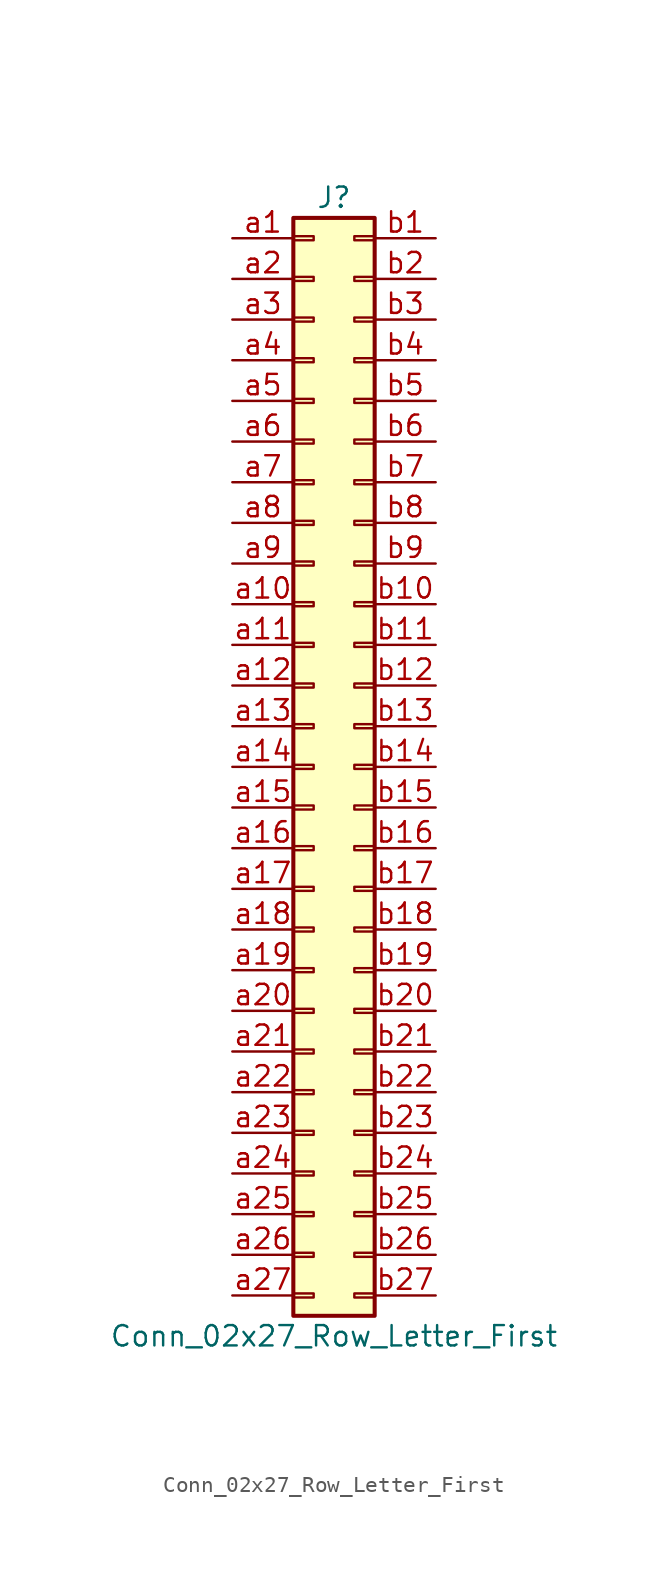
<source format=kicad_sym>
(kicad_symbol_lib
  (version 20201005)
  (generator kicad_symbol_editor)
  (symbol "Connector_Generic:Conn_02x27_Row_Letter_First"
    (pin_names
      (offset 1.016) hide)
    (property "Reference" "J"
      (at 1.27 35.56 0)
      (effects (font (size 1.27 1.27))))
    (property "Value" "Conn_02x27_Row_Letter_First"
      (at 1.27 -35.56 0)
      (effects (font (size 1.27 1.27))))
    (symbol "Conn_02x27_Row_Letter_First_1_1"
      (rectangle (start -1.27 -27.813) (end 0 -28.067) (stroke (width 0.152)) (fill (type none)))
      (rectangle (start -1.27 -30.353) (end 0 -30.607) (stroke (width 0.152)) (fill (type none)))
      (rectangle (start -1.27 -32.893) (end 0 -33.147) (stroke (width 0.152)) (fill (type none)))
      (rectangle (start -1.27 -4.953) (end 0 -5.207) (stroke (width 0.152)) (fill (type none)))
      (rectangle (start -1.27 -7.493) (end 0 -7.747) (stroke (width 0.152)) (fill (type none)))
      (rectangle (start -1.27 -10.033) (end 0 -10.287) (stroke (width 0.152)) (fill (type none)))
      (rectangle (start -1.27 -12.573) (end 0 -12.827) (stroke (width 0.152)) (fill (type none)))
      (rectangle (start -1.27 -15.113) (end 0 -15.367) (stroke (width 0.152)) (fill (type none)))
      (rectangle (start -1.27 -17.653) (end 0 -17.907) (stroke (width 0.152)) (fill (type none)))
      (rectangle (start -1.27 -20.193) (end 0 -20.447) (stroke (width 0.152)) (fill (type none)))
      (rectangle (start -1.27 -22.733) (end 0 -22.987) (stroke (width 0.152)) (fill (type none)))
      (rectangle (start -1.27 -2.413) (end 0 -2.667) (stroke (width 0.152)) (fill (type none)))
      (rectangle (start -1.27 -25.273) (end 0 -25.527) (stroke (width 0.152)) (fill (type none)))
      (rectangle (start -1.27 25.527) (end 0 25.273) (stroke (width 0.152)) (fill (type none)))
      (rectangle (start -1.27 2.667) (end 0 2.413) (stroke (width 0.152)) (fill (type none)))
      (rectangle (start -1.27 28.067) (end 0 27.813) (stroke (width 0.152)) (fill (type none)))
      (rectangle (start -1.27 30.607) (end 0 30.353) (stroke (width 0.152)) (fill (type none)))
      (rectangle (start -1.27 33.147) (end 0 32.893) (stroke (width 0.152)) (fill (type none)))
      (rectangle (start -1.27 34.29) (end 3.81 -34.29) (stroke (width 0.254)) (fill (type background)))
      (rectangle (start -1.27 5.207) (end 0 4.953) (stroke (width 0.152)) (fill (type none)))
      (rectangle (start -1.27 7.747) (end 0 7.493) (stroke (width 0.152)) (fill (type none)))
      (rectangle (start -1.27 10.287) (end 0 10.033) (stroke (width 0.152)) (fill (type none)))
      (rectangle (start -1.27 0.127) (end 0 -0.127) (stroke (width 0.152)) (fill (type none)))
      (rectangle (start -1.27 12.827) (end 0 12.573) (stroke (width 0.152)) (fill (type none)))
      (rectangle (start -1.27 15.367) (end 0 15.113) (stroke (width 0.152)) (fill (type none)))
      (rectangle (start -1.27 17.907) (end 0 17.653) (stroke (width 0.152)) (fill (type none)))
      (rectangle (start -1.27 20.447) (end 0 20.193) (stroke (width 0.152)) (fill (type none)))
      (rectangle (start -1.27 22.987) (end 0 22.733) (stroke (width 0.152)) (fill (type none)))
      (rectangle (start 3.81 -27.813) (end 2.54 -28.067) (stroke (width 0.152)) (fill (type none)))
      (rectangle (start 3.81 -30.353) (end 2.54 -30.607) (stroke (width 0.152)) (fill (type none)))
      (rectangle (start 3.81 -32.893) (end 2.54 -33.147) (stroke (width 0.152)) (fill (type none)))
      (rectangle (start 3.81 -4.953) (end 2.54 -5.207) (stroke (width 0.152)) (fill (type none)))
      (rectangle (start 3.81 -7.493) (end 2.54 -7.747) (stroke (width 0.152)) (fill (type none)))
      (rectangle (start 3.81 -10.033) (end 2.54 -10.287) (stroke (width 0.152)) (fill (type none)))
      (rectangle (start 3.81 -12.573) (end 2.54 -12.827) (stroke (width 0.152)) (fill (type none)))
      (rectangle (start 3.81 -15.113) (end 2.54 -15.367) (stroke (width 0.152)) (fill (type none)))
      (rectangle (start 3.81 -17.653) (end 2.54 -17.907) (stroke (width 0.152)) (fill (type none)))
      (rectangle (start 3.81 -20.193) (end 2.54 -20.447) (stroke (width 0.152)) (fill (type none)))
      (rectangle (start 3.81 -22.733) (end 2.54 -22.987) (stroke (width 0.152)) (fill (type none)))
      (rectangle (start 3.81 -2.413) (end 2.54 -2.667) (stroke (width 0.152)) (fill (type none)))
      (rectangle (start 3.81 -25.273) (end 2.54 -25.527) (stroke (width 0.152)) (fill (type none)))
      (rectangle (start 3.81 25.527) (end 2.54 25.273) (stroke (width 0.152)) (fill (type none)))
      (rectangle (start 3.81 2.667) (end 2.54 2.413) (stroke (width 0.152)) (fill (type none)))
      (rectangle (start 3.81 28.067) (end 2.54 27.813) (stroke (width 0.152)) (fill (type none)))
      (rectangle (start 3.81 30.607) (end 2.54 30.353) (stroke (width 0.152)) (fill (type none)))
      (rectangle (start 3.81 33.147) (end 2.54 32.893) (stroke (width 0.152)) (fill (type none)))
      (rectangle (start 3.81 5.207) (end 2.54 4.953) (stroke (width 0.152)) (fill (type none)))
      (rectangle (start 3.81 7.747) (end 2.54 7.493) (stroke (width 0.152)) (fill (type none)))
      (rectangle (start 3.81 10.287) (end 2.54 10.033) (stroke (width 0.152)) (fill (type none)))
      (rectangle (start 3.81 0.127) (end 2.54 -0.127) (stroke (width 0.152)) (fill (type none)))
      (rectangle (start 3.81 12.827) (end 2.54 12.573) (stroke (width 0.152)) (fill (type none)))
      (rectangle (start 3.81 15.367) (end 2.54 15.113) (stroke (width 0.152)) (fill (type none)))
      (rectangle (start 3.81 17.907) (end 2.54 17.653) (stroke (width 0.152)) (fill (type none)))
      (rectangle (start 3.81 20.447) (end 2.54 20.193) (stroke (width 0.152)) (fill (type none)))
      (rectangle (start 3.81 22.987) (end 2.54 22.733) (stroke (width 0.152)) (fill (type none)))
      (pin passive line (at -5.08 33.02 0) (length 3.81) (name "Pin_a1" (effects (font (size 1.27 1.27)))) (number "a1" (effects (font (size 1.27 1.27)))))
      (pin passive line (at -5.08 10.16 0) (length 3.81) (name "Pin_a10" (effects (font (size 1.27 1.27)))) (number "a10" (effects (font (size 1.27 1.27)))))
      (pin passive line (at -5.08 7.62 0) (length 3.81) (name "Pin_a11" (effects (font (size 1.27 1.27)))) (number "a11" (effects (font (size 1.27 1.27)))))
      (pin passive line (at -5.08 5.08 0) (length 3.81) (name "Pin_a12" (effects (font (size 1.27 1.27)))) (number "a12" (effects (font (size 1.27 1.27)))))
      (pin passive line (at -5.08 2.54 0) (length 3.81) (name "Pin_a13" (effects (font (size 1.27 1.27)))) (number "a13" (effects (font (size 1.27 1.27)))))
      (pin passive line (at -5.08 0 0) (length 3.81) (name "Pin_a14" (effects (font (size 1.27 1.27)))) (number "a14" (effects (font (size 1.27 1.27)))))
      (pin passive line (at -5.08 -2.54 0) (length 3.81) (name "Pin_a15" (effects (font (size 1.27 1.27)))) (number "a15" (effects (font (size 1.27 1.27)))))
      (pin passive line (at -5.08 -5.08 0) (length 3.81) (name "Pin_a16" (effects (font (size 1.27 1.27)))) (number "a16" (effects (font (size 1.27 1.27)))))
      (pin passive line (at -5.08 -7.62 0) (length 3.81) (name "Pin_a17" (effects (font (size 1.27 1.27)))) (number "a17" (effects (font (size 1.27 1.27)))))
      (pin passive line (at -5.08 -10.16 0) (length 3.81) (name "Pin_a18" (effects (font (size 1.27 1.27)))) (number "a18" (effects (font (size 1.27 1.27)))))
      (pin passive line (at -5.08 -12.7 0) (length 3.81) (name "Pin_a19" (effects (font (size 1.27 1.27)))) (number "a19" (effects (font (size 1.27 1.27)))))
      (pin passive line (at -5.08 30.48 0) (length 3.81) (name "Pin_a2" (effects (font (size 1.27 1.27)))) (number "a2" (effects (font (size 1.27 1.27)))))
      (pin passive line (at -5.08 -15.24 0) (length 3.81) (name "Pin_a20" (effects (font (size 1.27 1.27)))) (number "a20" (effects (font (size 1.27 1.27)))))
      (pin passive line (at -5.08 -17.78 0) (length 3.81) (name "Pin_a21" (effects (font (size 1.27 1.27)))) (number "a21" (effects (font (size 1.27 1.27)))))
      (pin passive line (at -5.08 -20.32 0) (length 3.81) (name "Pin_a22" (effects (font (size 1.27 1.27)))) (number "a22" (effects (font (size 1.27 1.27)))))
      (pin passive line (at -5.08 -22.86 0) (length 3.81) (name "Pin_a23" (effects (font (size 1.27 1.27)))) (number "a23" (effects (font (size 1.27 1.27)))))
      (pin passive line (at -5.08 -25.4 0) (length 3.81) (name "Pin_a24" (effects (font (size 1.27 1.27)))) (number "a24" (effects (font (size 1.27 1.27)))))
      (pin passive line (at -5.08 -27.94 0) (length 3.81) (name "Pin_a25" (effects (font (size 1.27 1.27)))) (number "a25" (effects (font (size 1.27 1.27)))))
      (pin passive line (at -5.08 -30.48 0) (length 3.81) (name "Pin_a26" (effects (font (size 1.27 1.27)))) (number "a26" (effects (font (size 1.27 1.27)))))
      (pin passive line (at -5.08 -33.02 0) (length 3.81) (name "Pin_a27" (effects (font (size 1.27 1.27)))) (number "a27" (effects (font (size 1.27 1.27)))))
      (pin passive line (at -5.08 27.94 0) (length 3.81) (name "Pin_a3" (effects (font (size 1.27 1.27)))) (number "a3" (effects (font (size 1.27 1.27)))))
      (pin passive line (at -5.08 25.4 0) (length 3.81) (name "Pin_a4" (effects (font (size 1.27 1.27)))) (number "a4" (effects (font (size 1.27 1.27)))))
      (pin passive line (at -5.08 22.86 0) (length 3.81) (name "Pin_a5" (effects (font (size 1.27 1.27)))) (number "a5" (effects (font (size 1.27 1.27)))))
      (pin passive line (at -5.08 20.32 0) (length 3.81) (name "Pin_a6" (effects (font (size 1.27 1.27)))) (number "a6" (effects (font (size 1.27 1.27)))))
      (pin passive line (at -5.08 17.78 0) (length 3.81) (name "Pin_a7" (effects (font (size 1.27 1.27)))) (number "a7" (effects (font (size 1.27 1.27)))))
      (pin passive line (at -5.08 15.24 0) (length 3.81) (name "Pin_a8" (effects (font (size 1.27 1.27)))) (number "a8" (effects (font (size 1.27 1.27)))))
      (pin passive line (at -5.08 12.7 0) (length 3.81) (name "Pin_a9" (effects (font (size 1.27 1.27)))) (number "a9" (effects (font (size 1.27 1.27)))))
      (pin passive line (at 7.62 33.02 180) (length 3.81) (name "Pin_b1" (effects (font (size 1.27 1.27)))) (number "b1" (effects (font (size 1.27 1.27)))))
      (pin passive line (at 7.62 10.16 180) (length 3.81) (name "Pin_b10" (effects (font (size 1.27 1.27)))) (number "b10" (effects (font (size 1.27 1.27)))))
      (pin passive line (at 7.62 7.62 180) (length 3.81) (name "Pin_b11" (effects (font (size 1.27 1.27)))) (number "b11" (effects (font (size 1.27 1.27)))))
      (pin passive line (at 7.62 5.08 180) (length 3.81) (name "Pin_b12" (effects (font (size 1.27 1.27)))) (number "b12" (effects (font (size 1.27 1.27)))))
      (pin passive line (at 7.62 2.54 180) (length 3.81) (name "Pin_b13" (effects (font (size 1.27 1.27)))) (number "b13" (effects (font (size 1.27 1.27)))))
      (pin passive line (at 7.62 0 180) (length 3.81) (name "Pin_b14" (effects (font (size 1.27 1.27)))) (number "b14" (effects (font (size 1.27 1.27)))))
      (pin passive line (at 7.62 -2.54 180) (length 3.81) (name "Pin_b15" (effects (font (size 1.27 1.27)))) (number "b15" (effects (font (size 1.27 1.27)))))
      (pin passive line (at 7.62 -5.08 180) (length 3.81) (name "Pin_b16" (effects (font (size 1.27 1.27)))) (number "b16" (effects (font (size 1.27 1.27)))))
      (pin passive line (at 7.62 -7.62 180) (length 3.81) (name "Pin_b17" (effects (font (size 1.27 1.27)))) (number "b17" (effects (font (size 1.27 1.27)))))
      (pin passive line (at 7.62 -10.16 180) (length 3.81) (name "Pin_b18" (effects (font (size 1.27 1.27)))) (number "b18" (effects (font (size 1.27 1.27)))))
      (pin passive line (at 7.62 -12.7 180) (length 3.81) (name "Pin_b19" (effects (font (size 1.27 1.27)))) (number "b19" (effects (font (size 1.27 1.27)))))
      (pin passive line (at 7.62 30.48 180) (length 3.81) (name "Pin_b2" (effects (font (size 1.27 1.27)))) (number "b2" (effects (font (size 1.27 1.27)))))
      (pin passive line (at 7.62 -15.24 180) (length 3.81) (name "Pin_b20" (effects (font (size 1.27 1.27)))) (number "b20" (effects (font (size 1.27 1.27)))))
      (pin passive line (at 7.62 -17.78 180) (length 3.81) (name "Pin_b21" (effects (font (size 1.27 1.27)))) (number "b21" (effects (font (size 1.27 1.27)))))
      (pin passive line (at 7.62 -20.32 180) (length 3.81) (name "Pin_b22" (effects (font (size 1.27 1.27)))) (number "b22" (effects (font (size 1.27 1.27)))))
      (pin passive line (at 7.62 -22.86 180) (length 3.81) (name "Pin_b23" (effects (font (size 1.27 1.27)))) (number "b23" (effects (font (size 1.27 1.27)))))
      (pin passive line (at 7.62 -25.4 180) (length 3.81) (name "Pin_b24" (effects (font (size 1.27 1.27)))) (number "b24" (effects (font (size 1.27 1.27)))))
      (pin passive line (at 7.62 -27.94 180) (length 3.81) (name "Pin_b25" (effects (font (size 1.27 1.27)))) (number "b25" (effects (font (size 1.27 1.27)))))
      (pin passive line (at 7.62 -30.48 180) (length 3.81) (name "Pin_b26" (effects (font (size 1.27 1.27)))) (number "b26" (effects (font (size 1.27 1.27)))))
      (pin passive line (at 7.62 -33.02 180) (length 3.81) (name "Pin_b27" (effects (font (size 1.27 1.27)))) (number "b27" (effects (font (size 1.27 1.27)))))
      (pin passive line (at 7.62 27.94 180) (length 3.81) (name "Pin_b3" (effects (font (size 1.27 1.27)))) (number "b3" (effects (font (size 1.27 1.27)))))
      (pin passive line (at 7.62 25.4 180) (length 3.81) (name "Pin_b4" (effects (font (size 1.27 1.27)))) (number "b4" (effects (font (size 1.27 1.27)))))
      (pin passive line (at 7.62 22.86 180) (length 3.81) (name "Pin_b5" (effects (font (size 1.27 1.27)))) (number "b5" (effects (font (size 1.27 1.27)))))
      (pin passive line (at 7.62 20.32 180) (length 3.81) (name "Pin_b6" (effects (font (size 1.27 1.27)))) (number "b6" (effects (font (size 1.27 1.27)))))
      (pin passive line (at 7.62 17.78 180) (length 3.81) (name "Pin_b7" (effects (font (size 1.27 1.27)))) (number "b7" (effects (font (size 1.27 1.27)))))
      (pin passive line (at 7.62 15.24 180) (length 3.81) (name "Pin_b8" (effects (font (size 1.27 1.27)))) (number "b8" (effects (font (size 1.27 1.27)))))
      (pin passive line (at 7.62 12.7 180) (length 3.81) (name "Pin_b9" (effects (font (size 1.27 1.27)))) (number "b9" (effects (font (size 1.27 1.27))))))))
</source>
